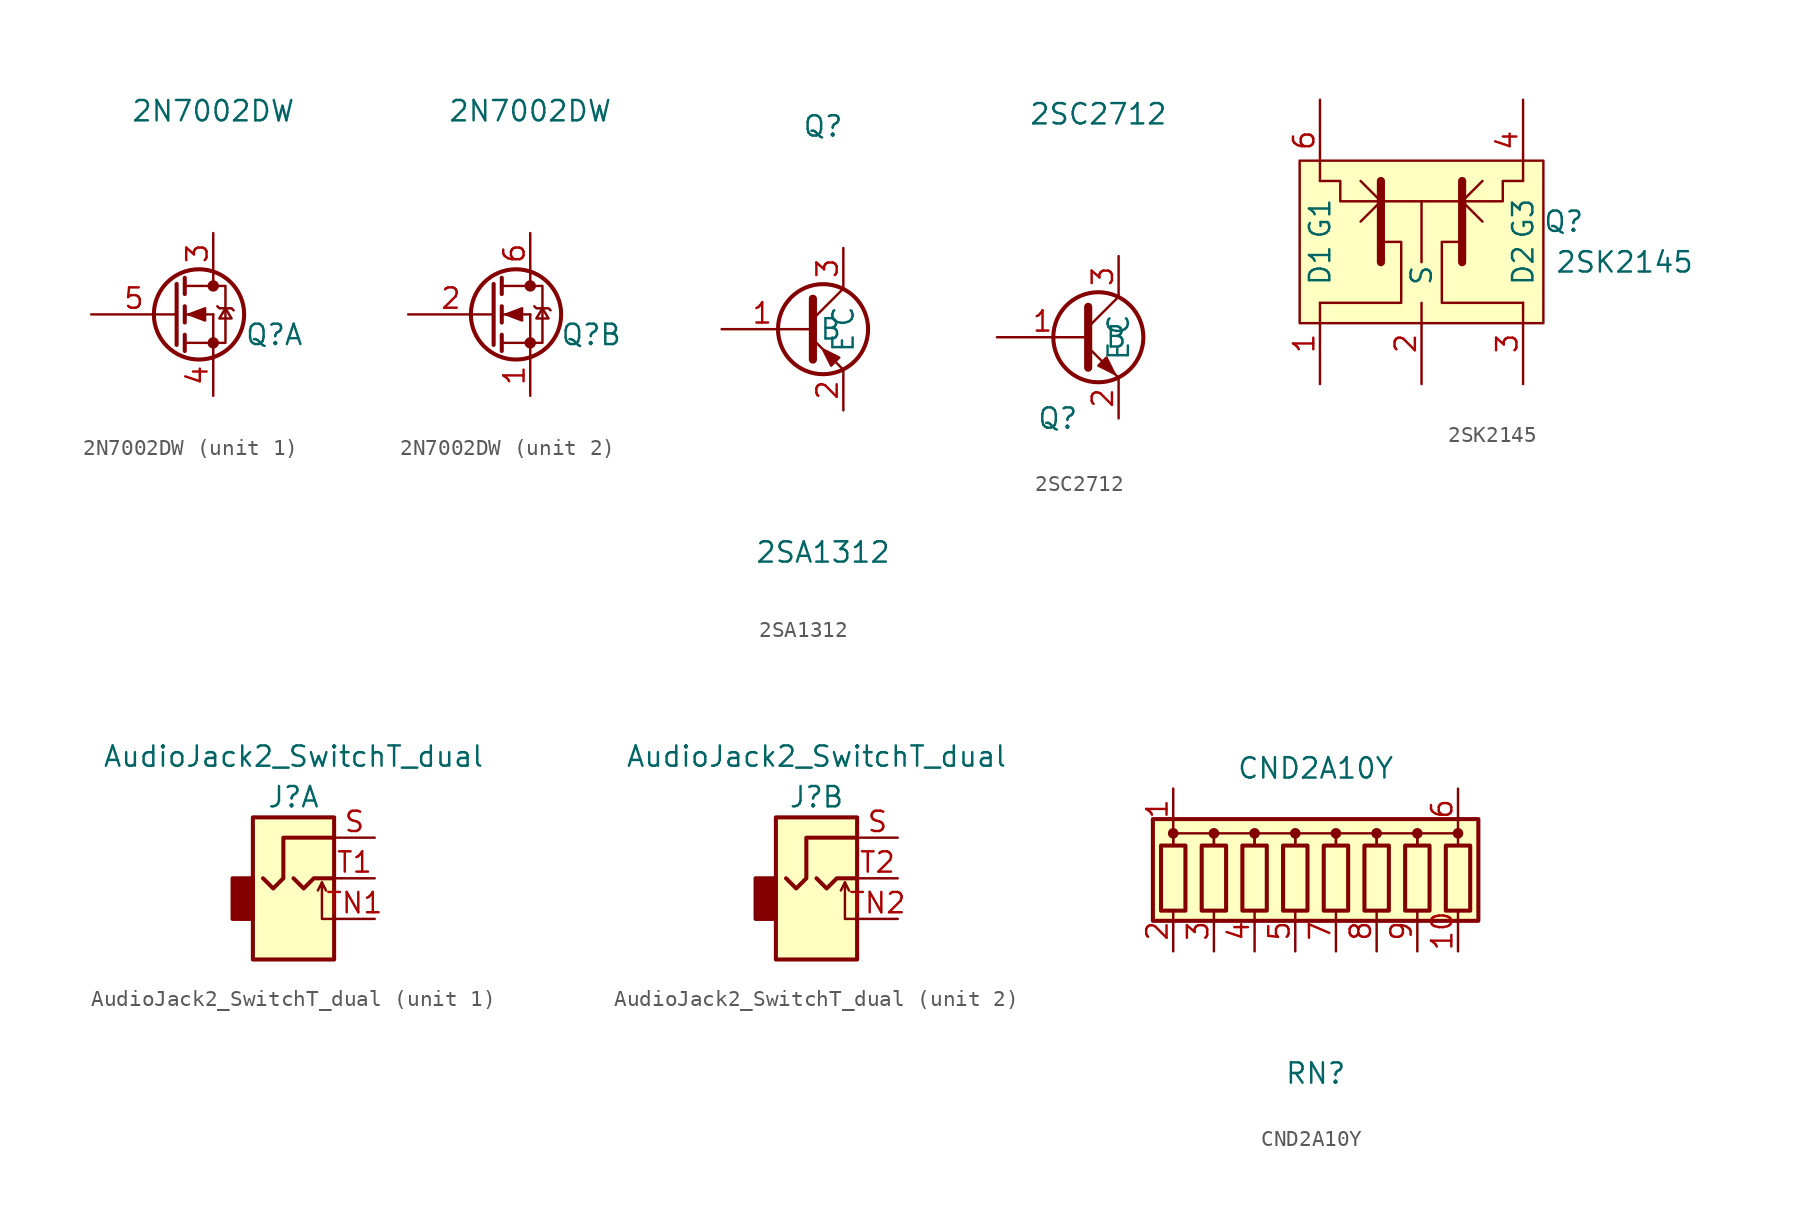
<source format=kicad_sym>
(kicad_symbol_lib
  (version 20211014)
  (generator kicad_symbol_editor)
  (symbol "2N7002DW"
    (pin_names
      (offset 0) hide)
    (property "Reference" "Q"
      (at 3.81 -1.27 0)
      (effects (font (size 1.27 1.27))))
    (property "Value" "2N7002DW"
      (at 0 12.7 0)
      (effects (font (size 1.27 1.27))))
    (symbol "2N7002DW_1_1"
      (circle (center -0.889 0) (radius 2.819) (stroke (width 0.254) (type default) (color 0 0 0 0)) (fill (type none)))
      (circle (center 0 -1.778) (radius 0.279) (stroke (width 0) (type default) (color 0 0 0 0)) (fill (type outline)))
      (polyline (pts (xy -1.778 -1.778) (xy 0 -1.778)) (stroke (width 0) (type default) (color 0 0 0 0)) (fill (type none)))
      (polyline (pts (xy -1.778 -1.27) (xy -1.778 -2.286)) (stroke (width 0.254) (type default) (color 0 0 0 0)) (fill (type none)))
      (polyline (pts (xy -1.778 0) (xy 0 0)) (stroke (width 0) (type default) (color 0 0 0 0)) (fill (type none)))
      (polyline (pts (xy -1.778 0.508) (xy -1.778 -0.508)) (stroke (width 0.254) (type default) (color 0 0 0 0)) (fill (type none)))
      (polyline (pts (xy -1.778 1.778) (xy 0 1.778)) (stroke (width 0) (type default) (color 0 0 0 0)) (fill (type none)))
      (polyline (pts (xy -1.778 2.286) (xy -1.778 1.27)) (stroke (width 0.254) (type default) (color 0 0 0 0)) (fill (type none)))
      (polyline (pts (xy 0 -1.778) (xy 0 -2.54)) (stroke (width 0) (type default) (color 0 0 0 0)) (fill (type none)))
      (polyline (pts (xy 0 -1.778) (xy 0 0)) (stroke (width 0) (type default) (color 0 0 0 0)) (fill (type none)))
      (polyline (pts (xy 0 2.54) (xy 0 1.778)) (stroke (width 0) (type default) (color 0 0 0 0)) (fill (type none)))
      (polyline (pts (xy -2.286 1.905) (xy -2.286 -1.905) (xy -2.286 -1.905)) (stroke (width 0.254) (type default) (color 0 0 0 0)) (fill (type none)))
      (polyline (pts (xy -1.524 0) (xy -0.508 0.381) (xy -0.508 -0.381) (xy -1.524 0)) (stroke (width 0) (type default) (color 0 0 0 0)) (fill (type outline)))
      (polyline (pts (xy 0 -1.778) (xy 0.762 -1.778) (xy 0.762 1.778) (xy 0 1.778)) (stroke (width 0) (type default) (color 0 0 0 0)) (fill (type none)))
      (polyline (pts (xy 0.254 0.508) (xy 0.381 0.381) (xy 1.143 0.381) (xy 1.27 0.254)) (stroke (width 0) (type default) (color 0 0 0 0)) (fill (type none)))
      (polyline (pts (xy 0.762 0.381) (xy 0.381 -0.254) (xy 1.143 -0.254) (xy 0.762 0.381)) (stroke (width 0) (type default) (color 0 0 0 0)) (fill (type none)))
      (circle (center 0 1.778) (radius 0.279) (stroke (width 0) (type default) (color 0 0 0 0)) (fill (type outline)))
      (pin passive line (at 0 5.08 270) (length 2.54) (name "D" (effects (font (size 1.27 1.27)))) (number "3" (effects (font (size 1.27 1.27)))))
      (pin passive line (at 0 -5.08 90) (length 2.54) (name "S" (effects (font (size 1.27 1.27)))) (number "4" (effects (font (size 1.27 1.27)))))
      (pin input line (at -7.62 0 0) (length 5.334) (name "G" (effects (font (size 1.27 1.27)))) (number "5" (effects (font (size 1.27 1.27))))))
    (symbol "2N7002DW_2_1"
      (circle (center -0.889 0) (radius 2.819) (stroke (width 0.254) (type default) (color 0 0 0 0)) (fill (type none)))
      (circle (center 0 -1.778) (radius 0.279) (stroke (width 0) (type default) (color 0 0 0 0)) (fill (type outline)))
      (polyline (pts (xy -1.778 -1.778) (xy 0 -1.778)) (stroke (width 0) (type default) (color 0 0 0 0)) (fill (type none)))
      (polyline (pts (xy -1.778 -1.27) (xy -1.778 -2.286)) (stroke (width 0.254) (type default) (color 0 0 0 0)) (fill (type none)))
      (polyline (pts (xy -1.778 0) (xy 0 0)) (stroke (width 0) (type default) (color 0 0 0 0)) (fill (type none)))
      (polyline (pts (xy -1.778 0.508) (xy -1.778 -0.508)) (stroke (width 0.254) (type default) (color 0 0 0 0)) (fill (type none)))
      (polyline (pts (xy -1.778 1.778) (xy 0 1.778)) (stroke (width 0) (type default) (color 0 0 0 0)) (fill (type none)))
      (polyline (pts (xy -1.778 2.286) (xy -1.778 1.27)) (stroke (width 0.254) (type default) (color 0 0 0 0)) (fill (type none)))
      (polyline (pts (xy 0 -1.778) (xy 0 -2.54)) (stroke (width 0) (type default) (color 0 0 0 0)) (fill (type none)))
      (polyline (pts (xy 0 -1.778) (xy 0 0)) (stroke (width 0) (type default) (color 0 0 0 0)) (fill (type none)))
      (polyline (pts (xy 0 2.54) (xy 0 1.778)) (stroke (width 0) (type default) (color 0 0 0 0)) (fill (type none)))
      (polyline (pts (xy -2.286 1.905) (xy -2.286 -1.905) (xy -2.286 -1.905)) (stroke (width 0.254) (type default) (color 0 0 0 0)) (fill (type none)))
      (polyline (pts (xy -1.524 0) (xy -0.508 0.381) (xy -0.508 -0.381) (xy -1.524 0)) (stroke (width 0) (type default) (color 0 0 0 0)) (fill (type outline)))
      (polyline (pts (xy 0 -1.778) (xy 0.762 -1.778) (xy 0.762 1.778) (xy 0 1.778)) (stroke (width 0) (type default) (color 0 0 0 0)) (fill (type none)))
      (polyline (pts (xy 0.254 0.508) (xy 0.381 0.381) (xy 1.143 0.381) (xy 1.27 0.254)) (stroke (width 0) (type default) (color 0 0 0 0)) (fill (type none)))
      (polyline (pts (xy 0.762 0.381) (xy 0.381 -0.254) (xy 1.143 -0.254) (xy 0.762 0.381)) (stroke (width 0) (type default) (color 0 0 0 0)) (fill (type none)))
      (circle (center 0 1.778) (radius 0.279) (stroke (width 0) (type default) (color 0 0 0 0)) (fill (type outline)))
      (pin passive line (at 0 -5.08 90) (length 2.54) (name "S" (effects (font (size 1.27 1.27)))) (number "1" (effects (font (size 1.27 1.27)))))
      (pin input line (at -7.62 0 0) (length 5.334) (name "G" (effects (font (size 1.27 1.27)))) (number "2" (effects (font (size 1.27 1.27)))))
      (pin passive line (at 0 5.08 270) (length 2.54) (name "D" (effects (font (size 1.27 1.27)))) (number "6" (effects (font (size 1.27 1.27)))))))
  (symbol "2SA1312"
    (pin_names
      (offset 1.016))
    (property "Reference" "Q"
      (at 0 12.7 0)
      (effects (font (size 1.27 1.27))))
    (property "Value" "2SA1312"
      (at 0 -13.97 0)
      (effects (font (size 1.27 1.27))))
    (symbol "2SA1312_1_1"
      (polyline (pts (xy -1.27 0) (xy -0.635 0)) (stroke (width 0) (type default) (color 0 0 0 0)) (fill (type none)))
      (polyline (pts (xy 1.27 -2.54) (xy -0.635 -0.635)) (stroke (width 0) (type default) (color 0 0 0 0)) (fill (type none)))
      (polyline (pts (xy 1.27 2.54) (xy -0.635 0.635)) (stroke (width 0) (type default) (color 0 0 0 0)) (fill (type none)))
      (polyline (pts (xy -0.635 1.905) (xy -0.635 -1.905) (xy -0.635 -1.905)) (stroke (width 0.508) (type default) (color 0 0 0 0)) (fill (type outline)))
      (polyline (pts (xy 0.508 -2.286) (xy 1.016 -1.778) (xy 0 -1.27) (xy 0.508 -2.286) (xy 0.508 -2.286)) (stroke (width 0) (type default) (color 0 0 0 0)) (fill (type outline)))
      (circle (center 0 0) (radius 2.819) (stroke (width 0.254) (type default) (color 0 0 0 0)) (fill (type none)))
      (pin input line (at -6.35 0 0) (length 5.08) (name "B" (effects (font (size 1.27 1.27)))) (number "1" (effects (font (size 1.27 1.27)))))
      (pin passive line (at 1.27 -5.08 90) (length 2.54) (name "E" (effects (font (size 1.27 1.27)))) (number "2" (effects (font (size 1.27 1.27)))))
      (pin passive line (at 1.27 5.08 270) (length 2.54) (name "C" (effects (font (size 1.27 1.27)))) (number "3" (effects (font (size 1.27 1.27)))))))
  (symbol "2SC2712"
    (pin_names
      (offset 1.016))
    (property "Reference" "Q"
      (at -2.54 -5.08 0)
      (effects (font (size 1.27 1.27))))
    (property "Value" "2SC2712"
      (at 0 13.97 0)
      (effects (font (size 1.27 1.27))))
    (symbol "2SC2712_1_1"
      (polyline (pts (xy -0.635 0.635) (xy 1.27 2.54)) (stroke (width 0) (type default) (color 0 0 0 0)) (fill (type none)))
      (polyline (pts (xy -0.635 -0.635) (xy 1.27 -2.54) (xy 1.27 -2.54)) (stroke (width 0) (type default) (color 0 0 0 0)) (fill (type none)))
      (polyline (pts (xy -0.635 1.905) (xy -0.635 -1.905) (xy -0.635 -1.905)) (stroke (width 0.508) (type default) (color 0 0 0 0)) (fill (type none)))
      (polyline (pts (xy 0 -1.778) (xy 0.508 -1.27) (xy 1.016 -2.286) (xy 0 -1.778) (xy 0 -1.778)) (stroke (width 0) (type default) (color 0 0 0 0)) (fill (type outline)))
      (circle (center 0 0) (radius 2.819) (stroke (width 0.254) (type default) (color 0 0 0 0)) (fill (type none)))
      (pin passive line (at -6.35 0 0) (length 5.715) (name "B" (effects (font (size 1.27 1.27)))) (number "1" (effects (font (size 1.27 1.27)))))
      (pin passive line (at 1.27 -5.08 90) (length 2.54) (name "E" (effects (font (size 1.27 1.27)))) (number "2" (effects (font (size 1.27 1.27)))))
      (pin passive line (at 1.27 5.08 270) (length 2.54) (name "C" (effects (font (size 1.27 1.27)))) (number "3" (effects (font (size 1.27 1.27)))))))
  (symbol "2SK2145"
    (pin_names
      (offset 1.016))
    (property "Reference" "Q"
      (at 8.89 1.27 0)
      (effects (font (size 1.27 1.27))))
    (property "Value" "2SK2145"
      (at 12.7 -1.27 0)
      (effects (font (size 1.27 1.27))))
    (symbol "2SK2145_0_1"
      (polyline (pts (xy -2.54 3.81) (xy -2.54 -1.27)) (stroke (width 0.508) (type default) (color 0 0 0 0)) (fill (type none)))
      (polyline (pts (xy 0 2.54) (xy 0 -1.27)) (stroke (width 0) (type default) (color 0 0 0 0)) (fill (type none)))
      (polyline (pts (xy 2.54 2.54) (xy -2.54 2.54)) (stroke (width 0) (type default) (color 0 0 0 0)) (fill (type none)))
      (polyline (pts (xy 2.54 3.81) (xy 2.54 -1.27)) (stroke (width 0.508) (type default) (color 0 0 0 0)) (fill (type none)))
      (polyline (pts (xy -3.81 3.81) (xy -2.54 2.54) (xy -3.81 1.27)) (stroke (width 0) (type default) (color 0 0 0 0)) (fill (type none)))
      (polyline (pts (xy 3.81 3.81) (xy 2.54 2.54) (xy 3.81 1.27)) (stroke (width 0) (type default) (color 0 0 0 0)) (fill (type none)))
      (polyline (pts (xy -6.35 -3.81) (xy -1.27 -3.81) (xy -1.27 0) (xy -2.54 0)) (stroke (width 0) (type default) (color 0 0 0 0)) (fill (type none)))
      (polyline (pts (xy -6.35 3.81) (xy -5.08 3.81) (xy -5.08 2.54) (xy -2.54 2.54)) (stroke (width 0) (type default) (color 0 0 0 0)) (fill (type none)))
      (polyline (pts (xy 6.35 -3.81) (xy 1.27 -3.81) (xy 1.27 0) (xy 2.54 0)) (stroke (width 0) (type default) (color 0 0 0 0)) (fill (type none)))
      (polyline (pts (xy 6.35 3.81) (xy 5.08 3.81) (xy 5.08 2.54) (xy 2.54 2.54)) (stroke (width 0) (type default) (color 0 0 0 0)) (fill (type none)))
      (rectangle (start 7.62 5.08) (end -7.62 -5.08) (stroke (width 0) (type default) (color 0 0 0 0)) (fill (type background))))
    (symbol "2SK2145_1_1"
      (pin passive line (at -6.35 -8.89 90) (length 5.08) (name "D1" (effects (font (size 1.27 1.27)))) (number "1" (effects (font (size 1.27 1.27)))))
      (pin passive line (at 0 -8.89 90) (length 5.08) (name "S" (effects (font (size 1.27 1.27)))) (number "2" (effects (font (size 1.27 1.27)))))
      (pin passive line (at 6.35 -8.89 90) (length 5.08) (name "D2" (effects (font (size 1.27 1.27)))) (number "3" (effects (font (size 1.27 1.27)))))
      (pin passive line (at 6.35 8.89 270) (length 5.08) (name "G3" (effects (font (size 1.27 1.27)))) (number "4" (effects (font (size 1.27 1.27)))))
      (pin no_connect line (at 0 8.89 270) (length 5.08) hide (name "NC" (effects (font (size 1.27 1.27)))) (number "5" (effects (font (size 1.27 1.27)))))
      (pin passive line (at -6.35 8.89 270) (length 5.08) (name "G1" (effects (font (size 1.27 1.27)))) (number "6" (effects (font (size 1.27 1.27)))))))
  (symbol "AudioJack2_SwitchT_dual"
    (pin_names
      (offset 1.016))
    (property "Reference" "J"
      (at 0 0 0)
      (effects (font (size 1.27 1.27))))
    (property "Value" "AudioJack2_SwitchT_dual"
      (at 0 2.54 0)
      (effects (font (size 1.27 1.27))))
    (symbol "AudioJack2_SwitchT_dual_1_1"
      (rectangle (start -2.54 -5.08) (end -3.81 -7.62) (stroke (width 0.254) (type default) (color 0 0 0 0)) (fill (type outline)))
      (polyline (pts (xy 1.778 -5.334) (xy 2.032 -5.842)) (stroke (width 0) (type default) (color 0 0 0 0)) (fill (type none)))
      (polyline (pts (xy 0 -5.08) (xy 0.635 -5.715) (xy 1.27 -5.08) (xy 2.54 -5.08)) (stroke (width 0.254) (type default) (color 0 0 0 0)) (fill (type none)))
      (polyline (pts (xy 2.54 -7.62) (xy 1.778 -7.62) (xy 1.778 -5.334) (xy 1.524 -5.842)) (stroke (width 0) (type default) (color 0 0 0 0)) (fill (type none)))
      (polyline (pts (xy 2.54 -2.54) (xy -0.635 -2.54) (xy -0.635 -5.08) (xy -1.27 -5.715) (xy -1.905 -5.08)) (stroke (width 0.254) (type default) (color 0 0 0 0)) (fill (type none)))
      (rectangle (start 2.54 -1.27) (end -2.54 -10.16) (stroke (width 0.254) (type default) (color 0 0 0 0)) (fill (type background)))
      (pin passive line (at 5.08 -2.54 180) (length 2.54) (name "~" (effects (font (size 1.27 1.27)))) (number "S" (effects (font (size 1.27 1.27)))))
      (pin passive line (at 5.08 -5.08 180) (length 2.54) (name "~" (effects (font (size 1.27 1.27)))) (number "T1" (effects (font (size 1.27 1.27)))))
      (pin passive line (at 5.08 -7.62 180) (length 2.54) (name "~" (effects (font (size 1.27 1.27)))) (number "TN1" (effects (font (size 1.27 1.27))))))
    (symbol "AudioJack2_SwitchT_dual_2_1"
      (rectangle (start -2.54 -5.08) (end -3.81 -7.62) (stroke (width 0.254) (type default) (color 0 0 0 0)) (fill (type outline)))
      (polyline (pts (xy 1.778 -5.334) (xy 2.032 -5.842)) (stroke (width 0) (type default) (color 0 0 0 0)) (fill (type none)))
      (polyline (pts (xy 0 -5.08) (xy 0.635 -5.715) (xy 1.27 -5.08) (xy 2.54 -5.08)) (stroke (width 0.254) (type default) (color 0 0 0 0)) (fill (type none)))
      (polyline (pts (xy 2.54 -7.62) (xy 1.778 -7.62) (xy 1.778 -5.334) (xy 1.524 -5.842)) (stroke (width 0) (type default) (color 0 0 0 0)) (fill (type none)))
      (polyline (pts (xy 2.54 -2.54) (xy -0.635 -2.54) (xy -0.635 -5.08) (xy -1.27 -5.715) (xy -1.905 -5.08)) (stroke (width 0.254) (type default) (color 0 0 0 0)) (fill (type none)))
      (rectangle (start 2.54 -1.27) (end -2.54 -10.16) (stroke (width 0.254) (type default) (color 0 0 0 0)) (fill (type background)))
      (pin passive line (at 5.08 -2.54 180) (length 2.54) (name "~" (effects (font (size 1.27 1.27)))) (number "S" (effects (font (size 1.27 1.27)))))
      (pin passive line (at 5.08 -5.08 180) (length 2.54) (name "~" (effects (font (size 1.27 1.27)))) (number "T2" (effects (font (size 1.27 1.27)))))
      (pin passive line (at 5.08 -7.62 180) (length 2.54) (name "~" (effects (font (size 1.27 1.27)))) (number "TN2" (effects (font (size 1.27 1.27)))))))
  (symbol "CND2A10Y"
    (pin_names
      (offset 0) hide)
    (property "Reference" "RN"
      (at 0 -11.43 0)
      (effects (font (size 1.27 1.27))))
    (property "Value" "CND2A10Y"
      (at 0 7.62 0)
      (effects (font (size 1.27 1.27))))
    (symbol "CND2A10Y_1_1"
      (rectangle (start -10.16 -1.905) (end 10.16 4.445) (stroke (width 0.254) (type default) (color 0 0 0 0)) (fill (type background)))
      (rectangle (start -9.652 2.794) (end -8.128 -1.27) (stroke (width 0.254) (type default) (color 0 0 0 0)) (fill (type none)))
      (circle (center -8.89 3.556) (radius 0.254) (stroke (width 0) (type default) (color 0 0 0 0)) (fill (type outline)))
      (rectangle (start -7.112 2.794) (end -5.588 -1.27) (stroke (width 0.254) (type default) (color 0 0 0 0)) (fill (type none)))
      (circle (center -6.35 3.556) (radius 0.254) (stroke (width 0) (type default) (color 0 0 0 0)) (fill (type outline)))
      (rectangle (start -4.572 2.794) (end -3.048 -1.27) (stroke (width 0.254) (type default) (color 0 0 0 0)) (fill (type none)))
      (circle (center -3.81 3.556) (radius 0.254) (stroke (width 0) (type default) (color 0 0 0 0)) (fill (type outline)))
      (rectangle (start -2.032 2.794) (end -0.508 -1.27) (stroke (width 0.254) (type default) (color 0 0 0 0)) (fill (type none)))
      (circle (center -1.27 3.556) (radius 0.254) (stroke (width 0) (type default) (color 0 0 0 0)) (fill (type outline)))
      (polyline (pts (xy -8.89 3.81) (xy -8.89 2.794)) (stroke (width 0) (type default) (color 0 0 0 0)) (fill (type none)))
      (polyline (pts (xy -8.89 2.794) (xy -8.89 3.556) (xy -6.35 3.556) (xy -6.35 2.794)) (stroke (width 0) (type default) (color 0 0 0 0)) (fill (type none)))
      (polyline (pts (xy -6.35 2.794) (xy -6.35 3.556) (xy -3.81 3.556) (xy -3.81 2.794)) (stroke (width 0) (type default) (color 0 0 0 0)) (fill (type none)))
      (polyline (pts (xy -3.81 2.794) (xy -3.81 3.556) (xy -1.27 3.556) (xy -1.27 2.794)) (stroke (width 0) (type default) (color 0 0 0 0)) (fill (type none)))
      (polyline (pts (xy -1.27 2.794) (xy -1.27 3.556) (xy 1.27 3.556) (xy 1.27 2.794)) (stroke (width 0) (type default) (color 0 0 0 0)) (fill (type none)))
      (polyline (pts (xy 1.27 2.794) (xy 1.27 3.556) (xy 3.81 3.556) (xy 3.81 2.794)) (stroke (width 0) (type default) (color 0 0 0 0)) (fill (type none)))
      (polyline (pts (xy 3.81 2.794) (xy 3.81 3.556) (xy 6.35 3.556) (xy 6.35 2.794)) (stroke (width 0) (type default) (color 0 0 0 0)) (fill (type none)))
      (polyline (pts (xy 6.35 2.794) (xy 6.35 3.556) (xy 8.89 3.556) (xy 8.89 2.794)) (stroke (width 0) (type default) (color 0 0 0 0)) (fill (type none)))
      (rectangle (start 0.508 2.794) (end 2.032 -1.27) (stroke (width 0.254) (type default) (color 0 0 0 0)) (fill (type none)))
      (circle (center 1.27 3.556) (radius 0.254) (stroke (width 0) (type default) (color 0 0 0 0)) (fill (type outline)))
      (rectangle (start 3.048 2.794) (end 4.572 -1.27) (stroke (width 0.254) (type default) (color 0 0 0 0)) (fill (type none)))
      (circle (center 3.81 3.556) (radius 0.254) (stroke (width 0) (type default) (color 0 0 0 0)) (fill (type outline)))
      (rectangle (start 5.588 2.794) (end 7.112 -1.27) (stroke (width 0.254) (type default) (color 0 0 0 0)) (fill (type none)))
      (circle (center 6.35 3.556) (radius 0.254) (stroke (width 0) (type default) (color 0 0 0 0)) (fill (type outline)))
      (rectangle (start 8.128 2.794) (end 9.652 -1.27) (stroke (width 0.254) (type default) (color 0 0 0 0)) (fill (type none)))
      (circle (center 8.89 3.556) (radius 0.254) (stroke (width 0) (type default) (color 0 0 0 0)) (fill (type outline)))
      (pin passive line (at -8.89 6.35 270) (length 2.54) (name "common" (effects (font (size 1.27 1.27)))) (number "1" (effects (font (size 1.27 1.27)))))
      (pin passive line (at 8.89 -3.81 90) (length 2.54) (name "R8" (effects (font (size 1.27 1.27)))) (number "10" (effects (font (size 1.27 1.27)))))
      (pin passive line (at -8.89 -3.81 90) (length 2.54) (name "R1" (effects (font (size 1.27 1.27)))) (number "2" (effects (font (size 1.27 1.27)))))
      (pin passive line (at -6.35 -3.81 90) (length 2.54) (name "R2" (effects (font (size 1.27 1.27)))) (number "3" (effects (font (size 1.27 1.27)))))
      (pin passive line (at -3.81 -3.81 90) (length 2.54) (name "R3" (effects (font (size 1.27 1.27)))) (number "4" (effects (font (size 1.27 1.27)))))
      (pin passive line (at -1.27 -3.81 90) (length 2.54) (name "R4" (effects (font (size 1.27 1.27)))) (number "5" (effects (font (size 1.27 1.27)))))
      (pin passive line (at 8.89 6.35 270) (length 2.54) (name "common2" (effects (font (size 1.27 1.27)))) (number "6" (effects (font (size 1.27 1.27)))))
      (pin passive line (at 1.27 -3.81 90) (length 2.54) (name "R5" (effects (font (size 1.27 1.27)))) (number "7" (effects (font (size 1.27 1.27)))))
      (pin passive line (at 3.81 -3.81 90) (length 2.54) (name "R6" (effects (font (size 1.27 1.27)))) (number "8" (effects (font (size 1.27 1.27)))))
      (pin passive line (at 6.35 -3.81 90) (length 2.54) (name "R7" (effects (font (size 1.27 1.27)))) (number "9" (effects (font (size 1.27 1.27))))))))
</source>
